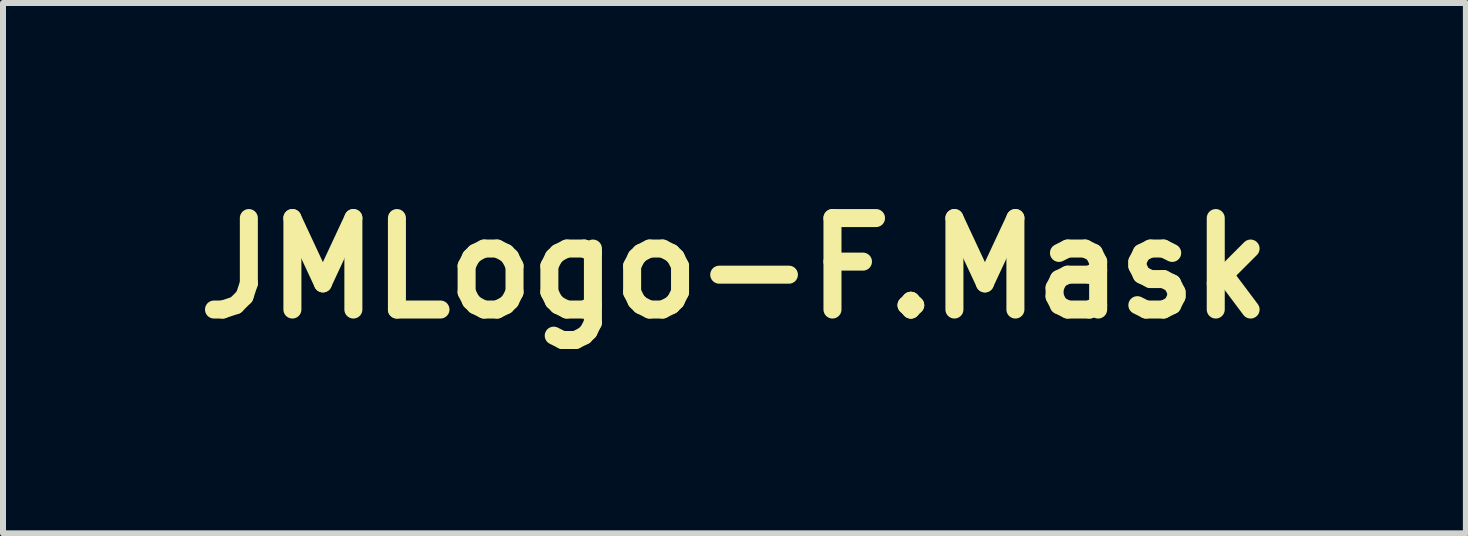
<source format=kicad_pcb>
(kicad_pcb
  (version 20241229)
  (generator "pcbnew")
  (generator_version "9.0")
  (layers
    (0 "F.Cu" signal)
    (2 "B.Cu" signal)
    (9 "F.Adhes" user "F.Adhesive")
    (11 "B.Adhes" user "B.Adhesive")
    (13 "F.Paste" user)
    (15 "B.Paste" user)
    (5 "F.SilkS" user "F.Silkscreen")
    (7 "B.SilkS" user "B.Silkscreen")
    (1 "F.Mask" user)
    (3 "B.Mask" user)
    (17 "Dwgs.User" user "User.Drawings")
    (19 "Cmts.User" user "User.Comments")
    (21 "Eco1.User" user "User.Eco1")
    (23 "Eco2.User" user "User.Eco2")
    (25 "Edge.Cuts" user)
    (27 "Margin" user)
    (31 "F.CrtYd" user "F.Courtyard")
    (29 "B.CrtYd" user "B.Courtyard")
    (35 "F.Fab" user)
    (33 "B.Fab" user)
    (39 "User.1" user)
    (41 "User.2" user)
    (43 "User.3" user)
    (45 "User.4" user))
  (footprint "JMLogo-F.Mask"
    (layer "F.Cu")
    (at 9.188 1.418)
    (property "Reference" "JMLogo-F.Mask" (at 0 0 0) (layer "F.SilkS") (effects (font (size 1.524 1.524) (thickness 0.3))))
    (attr through_hole)
    (fp_poly (pts (xy 4.3 -1.117) (xy 4.326 -1.096) (xy 4.367 -0.992) (xy 4.339 -0.881) (xy 4.259 -0.826) (xy 4.255 -0.826) (xy 4.176 -0.876) (xy 4.149 -0.925) (xy 4.146 -1.042) (xy 4.209 -1.119) (xy 4.3 -1.117)) (stroke (width 0.01) (type solid)) (fill yes) (layer "F.Mask"))
    (fp_poly (pts (xy 4.328 -0.301) (xy 4.355 -0.24) (xy 4.369 -0.113) (xy 4.373 0.098) (xy 4.369 0.412) (xy 4.368 0.487) (xy 4.355 0.857) (xy 4.335 1.112) (xy 4.307 1.262) (xy 4.27 1.318) (xy 4.236 1.299) (xy 4.213 1.206) (xy 4.199 1.025) (xy 4.192 0.741) (xy 4.191 0.513) (xy 4.193 0.169) (xy 4.201 -0.067) (xy 4.216 -0.214) (xy 4.241 -0.291) (xy 4.278 -0.317) (xy 4.288 -0.318) (xy 4.328 -0.301)) (stroke (width 0.01) (type solid)) (fill yes) (layer "F.Mask"))
    (fp_poly (pts (xy 5.017 -1.318) (xy 5.042 -1.262) (xy 5.059 -1.149) (xy 5.07 -0.965) (xy 5.077 -0.694) (xy 5.08 -0.32) (xy 5.08 -0.035) (xy 5.078 0.441) (xy 5.07 0.802) (xy 5.055 1.059) (xy 5.033 1.222) (xy 5.001 1.302) (xy 4.959 1.312) (xy 4.93 1.289) (xy 4.918 1.216) (xy 4.907 1.036) (xy 4.898 0.768) (xy 4.892 0.432) (xy 4.89 0.047) (xy 4.889 -0.042) (xy 4.891 -0.484) (xy 4.895 -0.815) (xy 4.903 -1.049) (xy 4.917 -1.203) (xy 4.937 -1.291) (xy 4.964 -1.328) (xy 4.985 -1.333) (xy 5.017 -1.318)) (stroke (width 0.01) (type solid)) (fill yes) (layer "F.Mask"))
    (fp_poly (pts (xy 5.759 -1.329) (xy 5.791 -1.305) (xy 5.813 -1.246) (xy 5.827 -1.135) (xy 5.833 -0.957) (xy 5.835 -0.694) (xy 5.831 -0.332) (xy 5.827 -0.021) (xy 5.818 0.481) (xy 5.804 0.861) (xy 5.785 1.124) (xy 5.761 1.274) (xy 5.739 1.315) (xy 5.659 1.286) (xy 5.628 1.236) (xy 5.615 1.142) (xy 5.605 0.943) (xy 5.596 0.66) (xy 5.59 0.315) (xy 5.588 -0.071) (xy 5.588 -0.1) (xy 5.589 -0.525) (xy 5.591 -0.838) (xy 5.598 -1.058) (xy 5.61 -1.201) (xy 5.629 -1.284) (xy 5.658 -1.322) (xy 5.697 -1.333) (xy 5.716 -1.333) (xy 5.759 -1.329)) (stroke (width 0.01) (type solid)) (fill yes) (layer "F.Mask"))
    (fp_poly (pts (xy -7.715 0.95) (xy -7.884 1.119) (xy -8.096 1.252) (xy -8.367 1.316) (xy -8.644 1.306) (xy -8.841 1.238) (xy -9.045 1.063) (xy -9.139 0.839) (xy -9.144 0.766) (xy -9.11 0.658) (xy -9.035 0.643) (xy -8.957 0.717) (xy -8.928 0.793) (xy -8.836 0.938) (xy -8.667 1.064) (xy -8.468 1.136) (xy -8.394 1.143) (xy -8.26 1.105) (xy -8.108 1.014) (xy -8.105 1.011) (xy -7.938 0.88) (xy -7.938 -1.009) (xy -8.207 -1.028) (xy -8.396 -1.059) (xy -8.474 -1.12) (xy -8.477 -1.143) (xy -8.448 -1.198) (xy -8.344 -1.228) (xy -8.142 -1.238) (xy -8.096 -1.238) (xy -7.715 -1.238) (xy -7.715 0.95)) (stroke (width 0.01) (type solid)) (fill yes) (layer "F.Mask"))
    (fp_poly (pts (xy 8.735 -0.351) (xy 8.811 -0.27) (xy 8.78 -0.208) (xy 8.678 -0.191) (xy 8.526 -0.15) (xy 8.355 -0.051) (xy 8.326 -0.028) (xy 8.234 0.056) (xy 8.176 0.14) (xy 8.143 0.257) (xy 8.125 0.437) (xy 8.114 0.713) (xy 8.114 0.713) (xy 8.096 1.034) (xy 8.065 1.234) (xy 8.021 1.316) (xy 8.017 1.318) (xy 7.983 1.299) (xy 7.96 1.206) (xy 7.945 1.025) (xy 7.939 0.741) (xy 7.938 0.513) (xy 7.94 0.165) (xy 7.948 -0.074) (xy 7.965 -0.223) (xy 7.991 -0.298) (xy 8.027 -0.318) (xy 8.123 -0.278) (xy 8.139 -0.251) (xy 8.207 -0.229) (xy 8.356 -0.282) (xy 8.367 -0.288) (xy 8.579 -0.362) (xy 8.735 -0.351)) (stroke (width 0.01) (type solid)) (fill yes) (layer "F.Mask"))
    (fp_poly (pts (xy -0.675 -0.34) (xy -0.49 -0.28) (xy -0.414 -0.202) (xy -0.413 -0.19) (xy -0.46 -0.117) (xy -0.504 -0.115) (xy -0.733 -0.16) (xy -0.879 -0.17) (xy -0.982 -0.142) (xy -1.081 -0.073) (xy -1.082 -0.073) (xy -1.184 0.056) (xy -1.163 0.178) (xy -1.019 0.297) (xy -0.787 0.4) (xy -0.511 0.538) (xy -0.352 0.704) (xy -0.312 0.889) (xy -0.395 1.087) (xy -0.473 1.178) (xy -0.675 1.296) (xy -0.935 1.333) (xy -1.214 1.283) (xy -1.254 1.268) (xy -1.365 1.185) (xy -1.397 1.107) (xy -1.366 1.035) (xy -1.286 1.051) (xy -1.044 1.12) (xy -0.818 1.125) (xy -0.635 1.072) (xy -0.526 0.967) (xy -0.508 0.888) (xy -0.571 0.747) (xy -0.76 0.617) (xy -1.036 0.509) (xy -1.253 0.395) (xy -1.37 0.241) (xy -1.396 0.068) (xy -1.34 -0.1) (xy -1.212 -0.242) (xy -1.022 -0.335) (xy -0.779 -0.356) (xy -0.675 -0.34)) (stroke (width 0.01) (type solid)) (fill yes) (layer "F.Mask"))
    (fp_poly (pts (xy 7.067 -0.336) (xy 7.294 -0.222) (xy 7.462 -0.022) (xy 7.533 0.179) (xy 7.541 0.35) (xy 7.481 0.466) (xy 7.337 0.535) (xy 7.093 0.567) (xy 6.878 0.572) (xy 6.653 0.579) (xy 6.488 0.599) (xy 6.415 0.628) (xy 6.413 0.632) (xy 6.466 0.813) (xy 6.595 0.984) (xy 6.739 1.083) (xy 6.884 1.125) (xy 7.04 1.124) (xy 7.252 1.075) (xy 7.35 1.045) (xy 7.463 1.034) (xy 7.493 1.094) (xy 7.436 1.196) (xy 7.289 1.274) (xy 7.086 1.319) (xy 6.863 1.324) (xy 6.656 1.281) (xy 6.636 1.273) (xy 6.427 1.133) (xy 6.297 0.909) (xy 6.237 0.588) (xy 6.237 0.585) (xy 6.239 0.313) (xy 6.413 0.313) (xy 6.47 0.348) (xy 6.615 0.37) (xy 6.811 0.38) (xy 7.017 0.378) (xy 7.198 0.363) (xy 7.313 0.334) (xy 7.333 0.319) (xy 7.341 0.199) (xy 7.266 0.055) (xy 7.138 -0.078) (xy 6.985 -0.168) (xy 6.89 -0.186) (xy 6.716 -0.131) (xy 6.553 0.006) (xy 6.441 0.185) (xy 6.413 0.313) (xy 6.239 0.313) (xy 6.24 0.249) (xy 6.308 0.001) (xy 6.452 -0.182) (xy 6.555 -0.257) (xy 6.811 -0.352) (xy 7.067 -0.336)) (stroke (width 0.01) (type solid)) (fill yes) (layer "F.Mask"))
    (fp_poly (pts (xy -2.08 -0.309) (xy -2.042 -0.291) (xy -1.839 -0.141) (xy -1.736 0.062) (xy -1.714 0.275) (xy -1.726 0.41) (xy -1.775 0.497) (xy -1.884 0.545) (xy -2.077 0.567) (xy -2.355 0.572) (xy -2.586 0.575) (xy -2.719 0.59) (xy -2.779 0.626) (xy -2.794 0.69) (xy -2.794 0.701) (xy -2.738 0.89) (xy -2.59 1.033) (xy -2.38 1.116) (xy -2.14 1.126) (xy -1.939 1.069) (xy -1.79 1.027) (xy -1.728 1.061) (xy -1.768 1.151) (xy -1.833 1.212) (xy -2.026 1.301) (xy -2.276 1.33) (xy -2.528 1.297) (xy -2.66 1.245) (xy -2.831 1.101) (xy -2.935 0.886) (xy -2.979 0.58) (xy -2.982 0.465) (xy -2.975 0.251) (xy -2.794 0.251) (xy -2.783 0.319) (xy -2.731 0.358) (xy -2.611 0.376) (xy -2.395 0.381) (xy -2.349 0.381) (xy -2.117 0.378) (xy -1.983 0.363) (xy -1.922 0.329) (xy -1.905 0.265) (xy -1.905 0.242) (xy -1.959 0.072) (xy -2.091 -0.083) (xy -2.258 -0.179) (xy -2.332 -0.191) (xy -2.494 -0.14) (xy -2.653 -0.015) (xy -2.766 0.143) (xy -2.794 0.251) (xy -2.975 0.251) (xy -2.974 0.226) (xy -2.939 0.063) (xy -2.862 -0.07) (xy -2.822 -0.12) (xy -2.601 -0.297) (xy -2.344 -0.362) (xy -2.08 -0.309)) (stroke (width 0.01) (type solid)) (fill yes) (layer "F.Mask"))
    (fp_poly (pts (xy -6.509 -0.329) (xy -6.328 -0.238) (xy -6.204 -0.068) (xy -6.133 0.194) (xy -6.108 0.56) (xy -6.111 0.725) (xy -6.129 1.043) (xy -6.16 1.239) (xy -6.206 1.317) (xy -6.207 1.318) (xy -6.275 1.291) (xy -6.287 1.244) (xy -6.316 1.155) (xy -6.408 1.168) (xy -6.512 1.236) (xy -6.71 1.319) (xy -6.936 1.32) (xy -7.133 1.242) (xy -7.176 1.206) (xy -7.279 1.032) (xy -7.303 0.826) (xy -7.298 0.808) (xy -7.099 0.808) (xy -7.081 0.952) (xy -7.012 1.043) (xy -6.842 1.133) (xy -6.644 1.116) (xy -6.452 0.996) (xy -6.442 0.987) (xy -6.335 0.844) (xy -6.287 0.709) (xy -6.287 0.701) (xy -6.304 0.622) (xy -6.376 0.583) (xy -6.537 0.572) (xy -6.583 0.572) (xy -6.836 0.603) (xy -7.013 0.687) (xy -7.099 0.808) (xy -7.298 0.808) (xy -7.248 0.639) (xy -7.164 0.545) (xy -7.025 0.484) (xy -6.814 0.431) (xy -6.656 0.406) (xy -6.459 0.38) (xy -6.325 0.355) (xy -6.287 0.339) (xy -6.309 0.269) (xy -6.363 0.13) (xy -6.378 0.095) (xy -6.51 -0.095) (xy -6.697 -0.172) (xy -6.937 -0.133) (xy -6.949 -0.129) (xy -7.109 -0.086) (xy -7.173 -0.119) (xy -7.157 -0.211) (xy -7.067 -0.29) (xy -6.896 -0.34) (xy -6.688 -0.354) (xy -6.509 -0.329)) (stroke (width 0.01) (type solid)) (fill yes) (layer "F.Mask"))
    (fp_poly (pts (xy -4.82 -0.33) (xy -4.637 -0.213) (xy -4.605 -0.173) (xy -4.511 -0.039) (xy -4.367 -0.174) (xy -4.141 -0.315) (xy -3.902 -0.351) (xy -3.681 -0.288) (xy -3.506 -0.131) (xy -3.436 0.008) (xy -3.4 0.172) (xy -3.377 0.399) (xy -3.367 0.657) (xy -3.37 0.91) (xy -3.385 1.125) (xy -3.413 1.269) (xy -3.436 1.306) (xy -3.516 1.313) (xy -3.572 1.214) (xy -3.606 1.002) (xy -3.618 0.672) (xy -3.619 0.629) (xy -3.632 0.298) (xy -3.677 0.075) (xy -3.763 -0.058) (xy -3.898 -0.118) (xy -4.006 -0.126) (xy -4.185 -0.095) (xy -4.312 0.004) (xy -4.393 0.186) (xy -4.435 0.465) (xy -4.445 0.795) (xy -4.45 1.073) (xy -4.466 1.241) (xy -4.497 1.314) (xy -4.524 1.318) (xy -4.571 1.24) (xy -4.607 1.038) (xy -4.633 0.712) (xy -4.636 0.672) (xy -4.653 0.38) (xy -4.676 0.187) (xy -4.709 0.064) (xy -4.762 -0.018) (xy -4.819 -0.071) (xy -4.996 -0.158) (xy -5.105 -0.153) (xy -5.245 -0.096) (xy -5.34 -0.007) (xy -5.401 0.138) (xy -5.438 0.363) (xy -5.461 0.68) (xy -5.487 1.017) (xy -5.523 1.229) (xy -5.569 1.317) (xy -5.572 1.318) (xy -5.606 1.299) (xy -5.629 1.206) (xy -5.644 1.025) (xy -5.65 0.741) (xy -5.652 0.513) (xy -5.649 0.165) (xy -5.641 -0.074) (xy -5.624 -0.223) (xy -5.598 -0.298) (xy -5.562 -0.318) (xy -5.465 -0.274) (xy -5.447 -0.244) (xy -5.387 -0.216) (xy -5.254 -0.282) (xy -5.041 -0.356) (xy -4.82 -0.33)) (stroke (width 0.01) (type solid)) (fill yes) (layer "F.Mask"))
    (fp_poly (pts (xy 2.044 -1.227) (xy 2.155 -1.091) (xy 2.298 -0.855) (xy 2.47 -0.524) (xy 2.589 -0.295) (xy 2.691 -0.117) (xy 2.761 -0.015) (xy 2.779 -0.001) (xy 2.825 -0.054) (xy 2.914 -0.198) (xy 3.033 -0.41) (xy 3.144 -0.62) (xy 3.296 -0.908) (xy 3.414 -1.108) (xy 3.503 -1.215) (xy 3.566 -1.224) (xy 3.608 -1.129) (xy 3.634 -0.925) (xy 3.647 -0.607) (xy 3.651 -0.169) (xy 3.651 0.026) (xy 3.649 0.486) (xy 3.643 0.832) (xy 3.63 1.075) (xy 3.612 1.228) (xy 3.587 1.305) (xy 3.572 1.318) (xy 3.54 1.299) (xy 3.518 1.211) (xy 3.503 1.038) (xy 3.495 0.768) (xy 3.493 0.385) (xy 3.493 0.355) (xy 3.489 0.016) (xy 3.481 -0.272) (xy 3.468 -0.489) (xy 3.452 -0.614) (xy 3.441 -0.635) (xy 3.391 -0.583) (xy 3.299 -0.442) (xy 3.181 -0.24) (xy 3.12 -0.128) (xy 2.994 0.1) (xy 2.885 0.284) (xy 2.81 0.395) (xy 2.791 0.414) (xy 2.74 0.377) (xy 2.65 0.248) (xy 2.536 0.049) (xy 2.463 -0.092) (xy 2.343 -0.326) (xy 2.239 -0.509) (xy 2.168 -0.617) (xy 2.147 -0.635) (xy 2.129 -0.575) (xy 2.112 -0.41) (xy 2.097 -0.162) (xy 2.085 0.148) (xy 2.081 0.328) (xy 2.071 0.732) (xy 2.055 1.021) (xy 2.033 1.207) (xy 2.003 1.301) (xy 1.984 1.318) (xy 1.957 1.3) (xy 1.936 1.216) (xy 1.921 1.055) (xy 1.911 0.804) (xy 1.906 0.449) (xy 1.905 0.037) (xy 1.907 -0.355) (xy 1.914 -0.7) (xy 1.925 -0.979) (xy 1.939 -1.174) (xy 1.954 -1.265) (xy 1.959 -1.27) (xy 2.044 -1.227)) (stroke (width 0.01) (type solid)) (fill yes) (layer "F.Mask")))
  (gr_rect
    (start -3 -3)
    (end 21.375 5.836)
    (stroke (width 0.1) (type default))
    (fill no)
    (layer "Edge.Cuts")))
</source>
